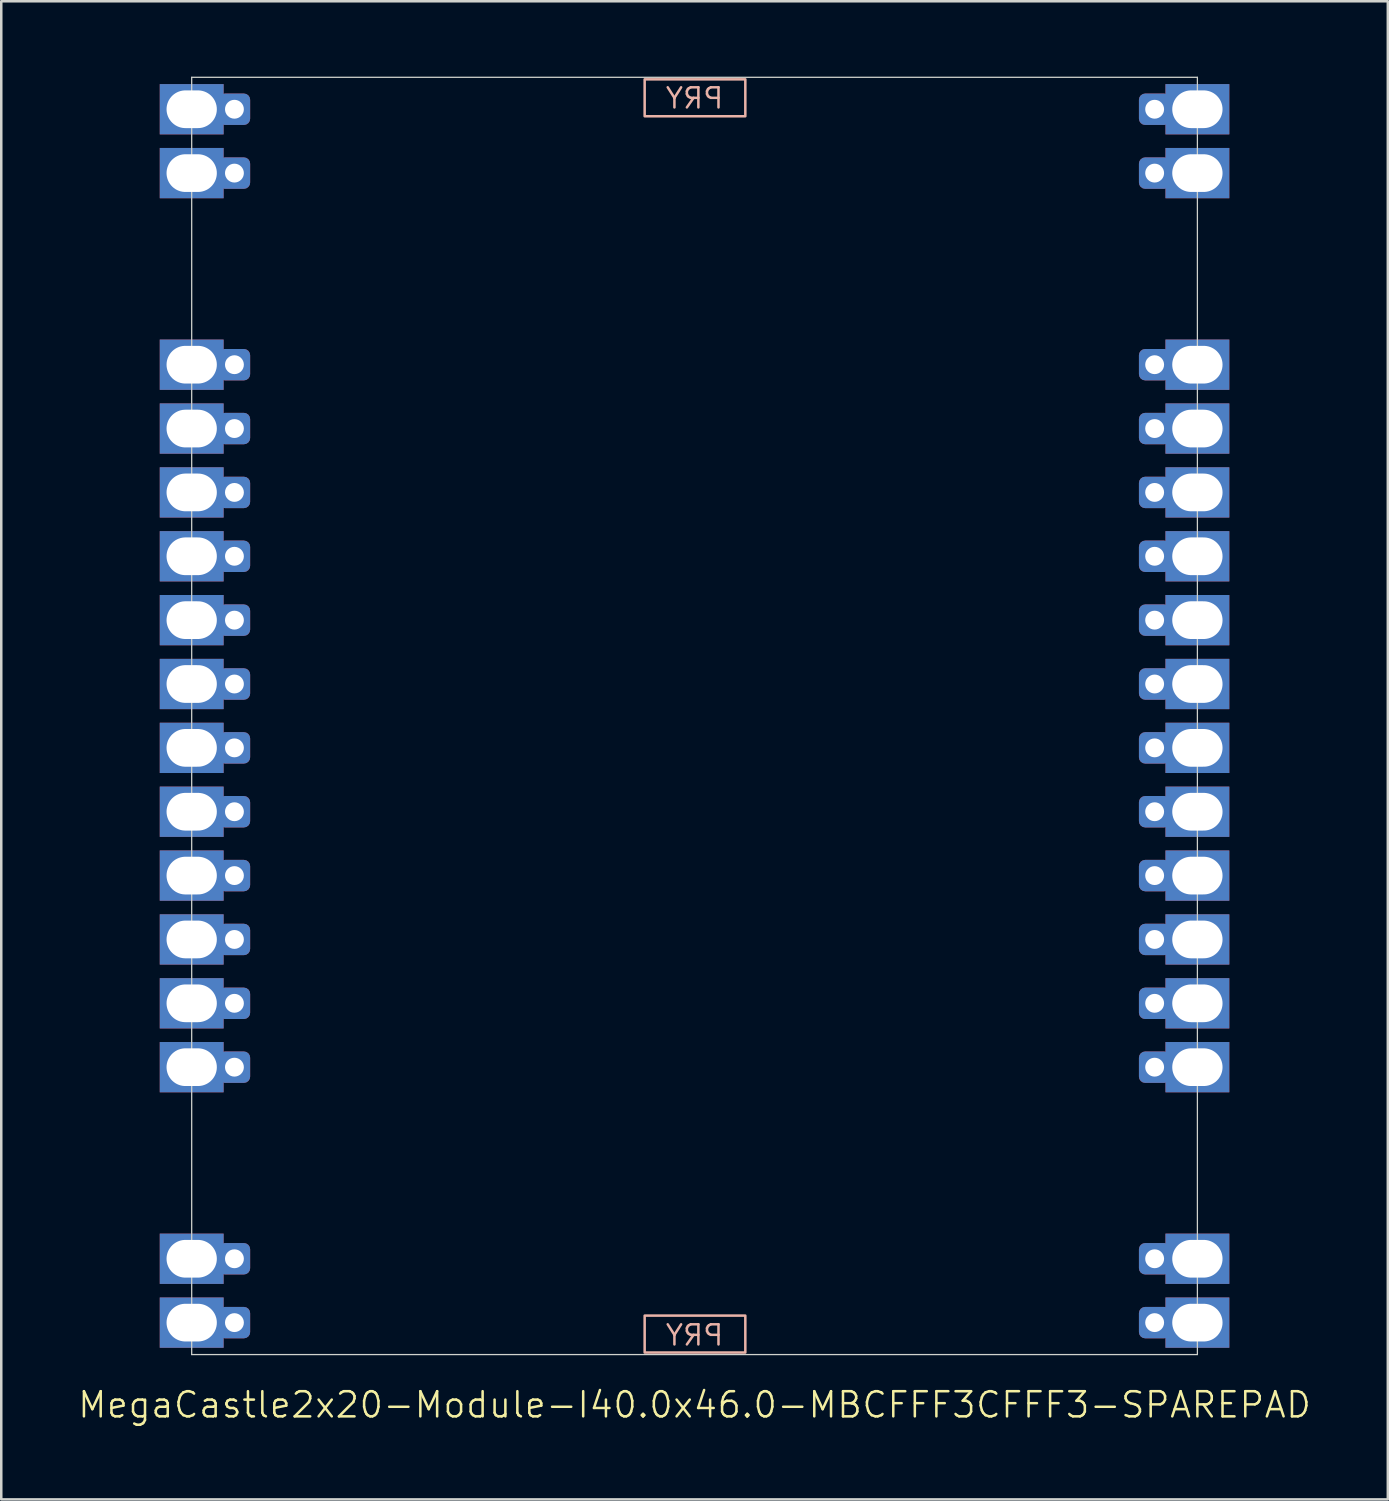
<source format=kicad_pcb>
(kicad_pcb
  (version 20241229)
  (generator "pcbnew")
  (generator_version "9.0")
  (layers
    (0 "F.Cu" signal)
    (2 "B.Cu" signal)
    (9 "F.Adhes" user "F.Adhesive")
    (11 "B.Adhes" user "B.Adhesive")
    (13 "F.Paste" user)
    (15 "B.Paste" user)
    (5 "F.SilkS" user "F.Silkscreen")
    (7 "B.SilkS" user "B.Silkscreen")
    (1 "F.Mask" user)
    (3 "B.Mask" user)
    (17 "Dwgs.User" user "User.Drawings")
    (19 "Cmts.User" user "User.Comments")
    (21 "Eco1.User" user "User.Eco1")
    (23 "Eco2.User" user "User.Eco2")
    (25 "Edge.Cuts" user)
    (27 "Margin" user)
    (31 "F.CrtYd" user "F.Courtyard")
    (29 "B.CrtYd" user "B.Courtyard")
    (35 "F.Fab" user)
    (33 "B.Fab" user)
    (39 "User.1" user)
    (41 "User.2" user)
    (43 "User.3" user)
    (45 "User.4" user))
  (footprint "MegaCastle2x20-Module-I40.0x46.0-MBCFFF3CFFF3-SPAREPAD"
    (layer "F.Cu")
    (at 24.574 25.425)
    (property "Reference" "MegaCastle2x20-Module-I40.0x46.0-MBCFFF3CFFF3-SPAREPAD" (at 0 27.4 0) (unlocked yes) (layer "F.SilkS") (effects (font (size 1 1) (thickness 0.1))))
    (attr smd)
    (fp_rect (start -1.984 -23.851) (end 2.02 -25.32) (stroke (width 0.1) (type default)) (fill no) (layer "B.SilkS"))
    (fp_rect (start -1.984 23.851) (end 2.02 25.32) (stroke (width 0.1) (type default)) (fill no) (layer "B.SilkS"))
    (fp_line (start -20 -25.4) (end -20 25.4) (stroke (width 0.05) (type default)) (layer "Edge.Cuts"))
    (fp_line (start -20 -25.4) (end 20 -25.4) (stroke (width 0.05) (type default)) (layer "Edge.Cuts"))
    (fp_line (start -20 25.4) (end 20 25.4) (stroke (width 0.05) (type default)) (layer "Edge.Cuts"))
    (fp_line (start 20 -25.4) (end 20 25.4) (stroke (width 0.05) (type default)) (layer "Edge.Cuts"))
    (fp_text user "PRY" (at 0 25.1 0) (unlocked yes) (layer "B.SilkS") (effects (font (size 0.8 0.8) (thickness 0.1)) (justify bottom mirror)))
    (fp_text user "PRY" (at 0 -24.1 0) (unlocked yes) (layer "B.SilkS") (effects (font (size 0.8 0.8) (thickness 0.1)) (justify bottom mirror)))
    (pad "1" thru_hole rect (at -20 -24.13) (size 2.54 2) (drill oval 2 1.5) (property pad_prop_castellated) (layers "*.Cu" "*.Mask"))
    (pad "1" thru_hole roundrect (at -18.3 -24.13 180) (size 1.25 1.25) (drill 0.75) (layers "*.Cu" "*.Mask") (roundrect_rratio 0.2))
    (pad "2" thru_hole rect (at -20 -21.59) (size 2.54 2) (drill oval 2 1.5) (property pad_prop_castellated) (layers "*.Cu" "*.Mask"))
    (pad "2" thru_hole roundrect (at -18.3 -21.59 180) (size 1.25 1.25) (drill 0.75) (layers "*.Cu" "*.Mask") (roundrect_rratio 0.2))
    (pad "5" thru_hole rect (at -20 -13.97) (size 2.54 2) (drill oval 2 1.5) (property pad_prop_castellated) (layers "*.Cu" "*.Mask"))
    (pad "5" thru_hole roundrect (at -18.3 -13.97 180) (size 1.25 1.25) (drill 0.75) (layers "*.Cu" "*.Mask") (roundrect_rratio 0.2))
    (pad "6" thru_hole rect (at -20 -11.43) (size 2.54 2) (drill oval 2 1.5) (property pad_prop_castellated) (layers "*.Cu" "*.Mask"))
    (pad "6" thru_hole roundrect (at -18.3 -11.43 180) (size 1.25 1.25) (drill 0.75) (layers "*.Cu" "*.Mask") (roundrect_rratio 0.2))
    (pad "7" thru_hole rect (at -20 -8.89) (size 2.54 2) (drill oval 2 1.5) (property pad_prop_castellated) (layers "*.Cu" "*.Mask"))
    (pad "7" thru_hole roundrect (at -18.3 -8.89 180) (size 1.25 1.25) (drill 0.75) (layers "*.Cu" "*.Mask") (roundrect_rratio 0.2))
    (pad "8" thru_hole rect (at -20 -6.35) (size 2.54 2) (drill oval 2 1.5) (property pad_prop_castellated) (layers "*.Cu" "*.Mask"))
    (pad "8" thru_hole roundrect (at -18.3 -6.35 180) (size 1.25 1.25) (drill 0.75) (layers "*.Cu" "*.Mask") (roundrect_rratio 0.2))
    (pad "9" thru_hole rect (at -20 -3.81) (size 2.54 2) (drill oval 2 1.5) (property pad_prop_castellated) (layers "*.Cu" "*.Mask"))
    (pad "9" thru_hole roundrect (at -18.3 -3.81 180) (size 1.25 1.25) (drill 0.75) (layers "*.Cu" "*.Mask") (roundrect_rratio 0.2))
    (pad "10" thru_hole rect (at -20 -1.27) (size 2.54 2) (drill oval 2 1.5) (property pad_prop_castellated) (layers "*.Cu" "*.Mask"))
    (pad "10" thru_hole roundrect (at -18.3 -1.27 180) (size 1.25 1.25) (drill 0.75) (layers "*.Cu" "*.Mask") (roundrect_rratio 0.2))
    (pad "11" thru_hole rect (at -20 1.27) (size 2.54 2) (drill oval 2 1.5) (property pad_prop_castellated) (layers "*.Cu" "*.Mask"))
    (pad "11" thru_hole roundrect (at -18.3 1.27 180) (size 1.25 1.25) (drill 0.75) (layers "*.Cu" "*.Mask") (roundrect_rratio 0.2))
    (pad "12" thru_hole rect (at -20 3.81) (size 2.54 2) (drill oval 2 1.5) (property pad_prop_castellated) (layers "*.Cu" "*.Mask"))
    (pad "12" thru_hole roundrect (at -18.3 3.81 180) (size 1.25 1.25) (drill 0.75) (layers "*.Cu" "*.Mask") (roundrect_rratio 0.2))
    (pad "13" thru_hole rect (at -20 6.35) (size 2.54 2) (drill oval 2 1.5) (property pad_prop_castellated) (layers "*.Cu" "*.Mask"))
    (pad "13" thru_hole roundrect (at -18.3 6.35 180) (size 1.25 1.25) (drill 0.75) (layers "*.Cu" "*.Mask") (roundrect_rratio 0.2))
    (pad "14" thru_hole rect (at -20 8.89) (size 2.54 2) (drill oval 2 1.5) (property pad_prop_castellated) (layers "*.Cu" "*.Mask"))
    (pad "14" thru_hole roundrect (at -18.3 8.89 180) (size 1.25 1.25) (drill 0.75) (layers "*.Cu" "*.Mask") (roundrect_rratio 0.2))
    (pad "15" thru_hole rect (at -20 11.43) (size 2.54 2) (drill oval 2 1.5) (property pad_prop_castellated) (layers "*.Cu" "*.Mask"))
    (pad "15" thru_hole roundrect (at -18.3 11.43 180) (size 1.25 1.25) (drill 0.75) (layers "*.Cu" "*.Mask") (roundrect_rratio 0.2))
    (pad "16" thru_hole rect (at -20 13.97) (size 2.54 2) (drill oval 2 1.5) (property pad_prop_castellated) (layers "*.Cu" "*.Mask"))
    (pad "16" thru_hole roundrect (at -18.3 13.97 180) (size 1.25 1.25) (drill 0.75) (layers "*.Cu" "*.Mask") (roundrect_rratio 0.2))
    (pad "19" thru_hole rect (at -20 21.59) (size 2.54 2) (drill oval 2 1.5) (property pad_prop_castellated) (layers "*.Cu" "*.Mask"))
    (pad "19" thru_hole roundrect (at -18.3 21.59 180) (size 1.25 1.25) (drill 0.75) (layers "*.Cu" "*.Mask") (roundrect_rratio 0.2))
    (pad "20" thru_hole rect (at -20 24.13) (size 2.54 2) (drill oval 2 1.5) (property pad_prop_castellated) (layers "*.Cu" "*.Mask"))
    (pad "20" thru_hole roundrect (at -18.3 24.13 180) (size 1.25 1.25) (drill 0.75) (layers "*.Cu" "*.Mask") (roundrect_rratio 0.2))
    (pad "21" thru_hole roundrect (at 18.3 -24.13 180) (size 1.25 1.25) (drill 0.75) (layers "*.Cu" "*.Mask") (roundrect_rratio 0.2))
    (pad "21" thru_hole rect (at 20 -24.13) (size 2.54 2) (drill oval 2 1.5) (property pad_prop_castellated) (layers "*.Cu" "*.Mask"))
    (pad "22" thru_hole roundrect (at 18.3 -21.59 180) (size 1.25 1.25) (drill 0.75) (layers "*.Cu" "*.Mask") (roundrect_rratio 0.2))
    (pad "22" thru_hole rect (at 20 -21.59) (size 2.54 2) (drill oval 2 1.5) (property pad_prop_castellated) (layers "*.Cu" "*.Mask"))
    (pad "25" thru_hole roundrect (at 18.3 -13.97 180) (size 1.25 1.25) (drill 0.75) (layers "*.Cu" "*.Mask") (roundrect_rratio 0.2))
    (pad "25" thru_hole rect (at 20 -13.97) (size 2.54 2) (drill oval 2 1.5) (property pad_prop_castellated) (layers "*.Cu" "*.Mask"))
    (pad "26" thru_hole roundrect (at 18.3 -11.43 180) (size 1.25 1.25) (drill 0.75) (layers "*.Cu" "*.Mask") (roundrect_rratio 0.2))
    (pad "26" thru_hole rect (at 20 -11.43) (size 2.54 2) (drill oval 2 1.5) (property pad_prop_castellated) (layers "*.Cu" "*.Mask"))
    (pad "27" thru_hole roundrect (at 18.3 -8.89 180) (size 1.25 1.25) (drill 0.75) (layers "*.Cu" "*.Mask") (roundrect_rratio 0.2))
    (pad "27" thru_hole rect (at 20 -8.89) (size 2.54 2) (drill oval 2 1.5) (property pad_prop_castellated) (layers "*.Cu" "*.Mask"))
    (pad "28" thru_hole roundrect (at 18.3 -6.35 180) (size 1.25 1.25) (drill 0.75) (layers "*.Cu" "*.Mask") (roundrect_rratio 0.2))
    (pad "28" thru_hole rect (at 20 -6.35) (size 2.54 2) (drill oval 2 1.5) (property pad_prop_castellated) (layers "*.Cu" "*.Mask"))
    (pad "29" thru_hole roundrect (at 18.3 -3.81 180) (size 1.25 1.25) (drill 0.75) (layers "*.Cu" "*.Mask") (roundrect_rratio 0.2))
    (pad "29" thru_hole rect (at 20 -3.81) (size 2.54 2) (drill oval 2 1.5) (property pad_prop_castellated) (layers "*.Cu" "*.Mask"))
    (pad "30" thru_hole roundrect (at 18.3 -1.27 180) (size 1.25 1.25) (drill 0.75) (layers "*.Cu" "*.Mask") (roundrect_rratio 0.2))
    (pad "30" thru_hole rect (at 20 -1.27) (size 2.54 2) (drill oval 2 1.5) (property pad_prop_castellated) (layers "*.Cu" "*.Mask"))
    (pad "31" thru_hole roundrect (at 18.3 1.27 180) (size 1.25 1.25) (drill 0.75) (layers "*.Cu" "*.Mask") (roundrect_rratio 0.2))
    (pad "31" thru_hole rect (at 20 1.27) (size 2.54 2) (drill oval 2 1.5) (property pad_prop_castellated) (layers "*.Cu" "*.Mask"))
    (pad "32" thru_hole roundrect (at 18.3 3.81 180) (size 1.25 1.25) (drill 0.75) (layers "*.Cu" "*.Mask") (roundrect_rratio 0.2))
    (pad "32" thru_hole rect (at 20 3.81) (size 2.54 2) (drill oval 2 1.5) (property pad_prop_castellated) (layers "*.Cu" "*.Mask"))
    (pad "33" thru_hole roundrect (at 18.3 6.35 180) (size 1.25 1.25) (drill 0.75) (layers "*.Cu" "*.Mask") (roundrect_rratio 0.2))
    (pad "33" thru_hole rect (at 20 6.35) (size 2.54 2) (drill oval 2 1.5) (property pad_prop_castellated) (layers "*.Cu" "*.Mask"))
    (pad "34" thru_hole roundrect (at 18.3 8.89 180) (size 1.25 1.25) (drill 0.75) (layers "*.Cu" "*.Mask") (roundrect_rratio 0.2))
    (pad "34" thru_hole rect (at 20 8.89) (size 2.54 2) (drill oval 2 1.5) (property pad_prop_castellated) (layers "*.Cu" "*.Mask"))
    (pad "35" thru_hole roundrect (at 18.3 11.43 180) (size 1.25 1.25) (drill 0.75) (layers "*.Cu" "*.Mask") (roundrect_rratio 0.2))
    (pad "35" thru_hole rect (at 20 11.43) (size 2.54 2) (drill oval 2 1.5) (property pad_prop_castellated) (layers "*.Cu" "*.Mask"))
    (pad "36" thru_hole roundrect (at 18.3 13.97 180) (size 1.25 1.25) (drill 0.75) (layers "*.Cu" "*.Mask") (roundrect_rratio 0.2))
    (pad "36" thru_hole rect (at 20 13.97) (size 2.54 2) (drill oval 2 1.5) (property pad_prop_castellated) (layers "*.Cu" "*.Mask"))
    (pad "39" thru_hole roundrect (at 18.3 21.59 180) (size 1.25 1.25) (drill 0.75) (layers "*.Cu" "*.Mask") (roundrect_rratio 0.2))
    (pad "39" thru_hole rect (at 20 21.59) (size 2.54 2) (drill oval 2 1.5) (property pad_prop_castellated) (layers "*.Cu" "*.Mask"))
    (pad "40" thru_hole roundrect (at 18.3 24.13 180) (size 1.25 1.25) (drill 0.75) (layers "*.Cu" "*.Mask") (roundrect_rratio 0.2))
    (pad "40" thru_hole rect (at 20 24.13) (size 2.54 2) (drill oval 2 1.5) (property pad_prop_castellated) (layers "*.Cu" "*.Mask"))
    (zone (net_name "") (layer "B.Cu") (hatch edge 0.5) (connect_pads) (min_thickness 0.25) (filled_areas_thickness no) (keepout (tracks allowed) (vias allowed) (pads allowed) (copperpour allowed) (footprints not_allowed)) (placement (enabled no)) (fill) (polygon (pts (xy 4.574 0.025) (xy 4.574 2.425) (xy 44.574 2.425) (xy 44.574 0.025))))
    (zone (net_name "") (layer "B.Cu") (hatch edge 0.5) (connect_pads) (min_thickness 0.25) (filled_areas_thickness no) (keepout (tracks allowed) (vias allowed) (pads allowed) (copperpour allowed) (footprints not_allowed)) (placement (enabled no)) (fill) (polygon (pts (xy 4.574 50.825) (xy 4.574 48.425) (xy 44.574 48.425) (xy 44.574 50.825))))
    (zone (net_name "") (layer "B.Cu") (name "Upper Pry Zone") (hatch edge 0.5) (connect_pads) (min_thickness 0.25) (filled_areas_thickness no) (keepout (tracks not_allowed) (vias not_allowed) (pads not_allowed) (copperpour allowed) (footprints not_allowed)) (placement (enabled no)) (fill) (polygon (pts (xy 22.59 1.574) (xy 22.59 0.105) (xy 26.593 0.105) (xy 26.593 1.574))))
    (zone (net_name "") (layer "B.Cu") (name "Upper Pry Zone") (hatch edge 0.5) (connect_pads) (min_thickness 0.25) (filled_areas_thickness no) (keepout (tracks not_allowed) (vias not_allowed) (pads not_allowed) (copperpour allowed) (footprints not_allowed)) (placement (enabled no)) (fill) (polygon (pts (xy 22.59 49.276) (xy 22.59 50.745) (xy 26.593 50.745) (xy 26.593 49.276)))))
  (gr_rect
    (start -3 -3)
    (end 52.148 56.586)
    (stroke (width 0.1) (type default))
    (fill no)
    (layer "Edge.Cuts")))
</source>
